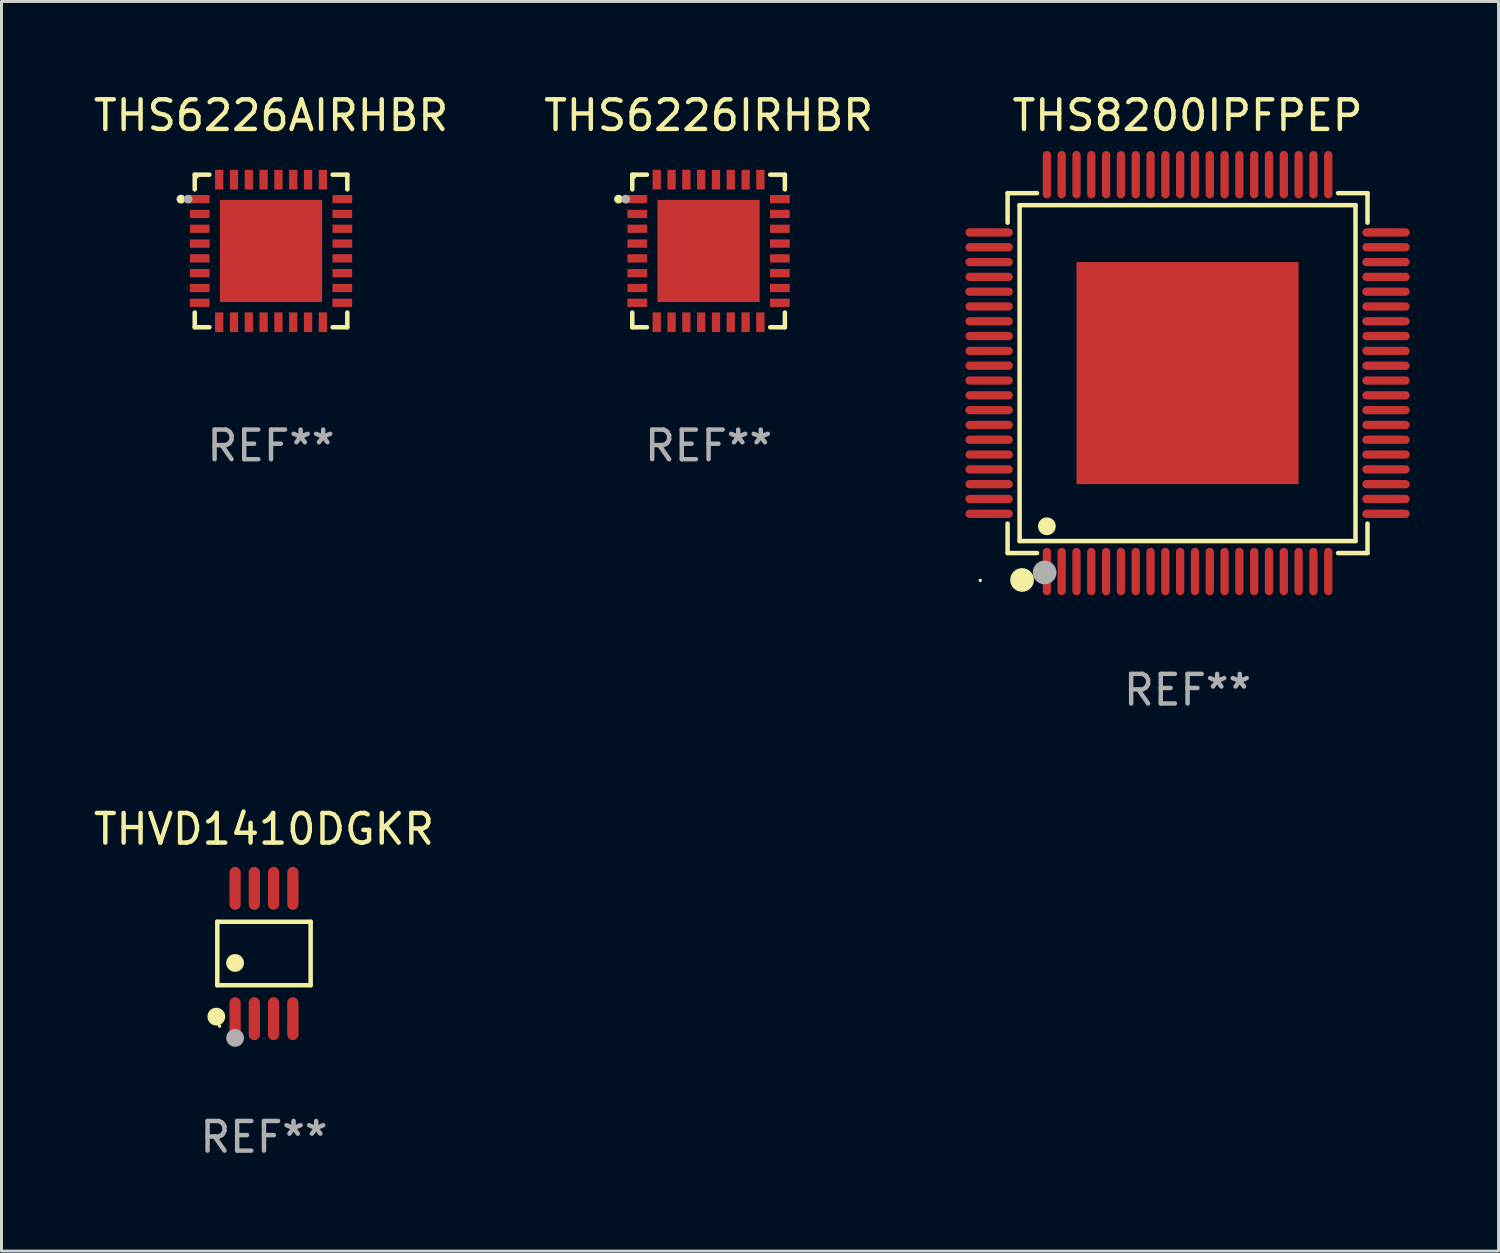
<source format=kicad_pcb>
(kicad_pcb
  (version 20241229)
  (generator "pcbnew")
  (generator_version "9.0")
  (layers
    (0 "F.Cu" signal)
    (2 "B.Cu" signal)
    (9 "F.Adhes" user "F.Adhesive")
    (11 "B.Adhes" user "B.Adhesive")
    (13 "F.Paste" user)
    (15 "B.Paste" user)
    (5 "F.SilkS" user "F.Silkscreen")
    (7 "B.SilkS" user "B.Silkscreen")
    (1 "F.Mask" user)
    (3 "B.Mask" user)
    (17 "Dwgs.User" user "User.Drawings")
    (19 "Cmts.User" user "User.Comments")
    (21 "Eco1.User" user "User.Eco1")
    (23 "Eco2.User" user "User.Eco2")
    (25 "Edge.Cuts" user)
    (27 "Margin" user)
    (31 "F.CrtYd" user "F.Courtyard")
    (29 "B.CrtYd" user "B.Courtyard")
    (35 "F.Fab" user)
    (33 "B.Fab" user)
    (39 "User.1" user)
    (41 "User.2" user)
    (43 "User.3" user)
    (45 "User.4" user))
  (footprint "THS6226IRHBR"
    (layer "F.Cu")
    (at 20.875 5.424)
    (property "Reference" "THS6226IRHBR" (at 0 -4.576 0) (layer "F.SilkS") (effects (font (size 1 1) (thickness 0.15))))
    (attr through_hole)
    (fp_line (start -2.576 -2.576) (end -2.576 -2.08) (stroke (width 0.152) (type solid)) (layer "F.SilkS"))
    (fp_line (start -2.576 2.576) (end -2.576 2.08) (stroke (width 0.152) (type solid)) (layer "F.SilkS"))
    (fp_line (start -2.08 -2.576) (end -2.576 -2.576) (stroke (width 0.152) (type solid)) (layer "F.SilkS"))
    (fp_line (start -2.08 2.576) (end -2.576 2.576) (stroke (width 0.152) (type solid)) (layer "F.SilkS"))
    (fp_line (start 2.08 -2.576) (end 2.576 -2.576) (stroke (width 0.152) (type solid)) (layer "F.SilkS"))
    (fp_line (start 2.08 2.576) (end 2.576 2.576) (stroke (width 0.152) (type solid)) (layer "F.SilkS"))
    (fp_line (start 2.576 -2.576) (end 2.576 -2.08) (stroke (width 0.152) (type solid)) (layer "F.SilkS"))
    (fp_line (start 2.576 2.576) (end 2.576 2.08) (stroke (width 0.152) (type solid)) (layer "F.SilkS"))
    (fp_circle (center -3.04 -1.75) (end -2.965 -1.75) (stroke (width 0.15) (type solid)) (fill no) (layer "F.SilkS"))
    (fp_circle (center -2.5 -2.5) (end -2.47 -2.5) (stroke (width 0.06) (type solid)) (fill no) (layer "F.SilkS"))
    (fp_circle (center -2.8 -1.75) (end -2.725 -1.75) (stroke (width 0.15) (type solid)) (fill no) (layer "F.Fab"))
    (fp_text user "REF**" (at 0 6.576 0) (layer "F.Fab") (effects (font (size 1 1) (thickness 0.15))))
    (pad "1" smd rect (at -2.407 -1.75) (size 0.665 0.28) (layers "F.Cu" "F.Mask" "F.Paste"))
    (pad "2" smd rect (at -2.407 -1.25) (size 0.665 0.28) (layers "F.Cu" "F.Mask" "F.Paste"))
    (pad "3" smd rect (at -2.407 -0.75) (size 0.665 0.28) (layers "F.Cu" "F.Mask" "F.Paste"))
    (pad "4" smd rect (at -2.407 -0.25) (size 0.665 0.28) (layers "F.Cu" "F.Mask" "F.Paste"))
    (pad "5" smd rect (at -2.407 0.25) (size 0.665 0.28) (layers "F.Cu" "F.Mask" "F.Paste"))
    (pad "6" smd rect (at -2.407 0.75) (size 0.665 0.28) (layers "F.Cu" "F.Mask" "F.Paste"))
    (pad "7" smd rect (at -2.407 1.25) (size 0.665 0.28) (layers "F.Cu" "F.Mask" "F.Paste"))
    (pad "8" smd rect (at -2.407 1.75) (size 0.665 0.28) (layers "F.Cu" "F.Mask" "F.Paste"))
    (pad "9" smd rect (at -1.75 2.407) (size 0.28 0.665) (layers "F.Cu" "F.Mask" "F.Paste"))
    (pad "10" smd rect (at -1.25 2.407) (size 0.28 0.665) (layers "F.Cu" "F.Mask" "F.Paste"))
    (pad "11" smd rect (at -0.75 2.407) (size 0.28 0.665) (layers "F.Cu" "F.Mask" "F.Paste"))
    (pad "12" smd rect (at -0.25 2.407) (size 0.28 0.665) (layers "F.Cu" "F.Mask" "F.Paste"))
    (pad "13" smd rect (at 0.25 2.407) (size 0.28 0.665) (layers "F.Cu" "F.Mask" "F.Paste"))
    (pad "14" smd rect (at 0.75 2.407) (size 0.28 0.665) (layers "F.Cu" "F.Mask" "F.Paste"))
    (pad "15" smd rect (at 1.25 2.407) (size 0.28 0.665) (layers "F.Cu" "F.Mask" "F.Paste"))
    (pad "16" smd rect (at 1.75 2.407) (size 0.28 0.665) (layers "F.Cu" "F.Mask" "F.Paste"))
    (pad "17" smd rect (at 2.407 1.75) (size 0.665 0.28) (layers "F.Cu" "F.Mask" "F.Paste"))
    (pad "18" smd rect (at 2.407 1.25) (size 0.665 0.28) (layers "F.Cu" "F.Mask" "F.Paste"))
    (pad "19" smd rect (at 2.407 0.75) (size 0.665 0.28) (layers "F.Cu" "F.Mask" "F.Paste"))
    (pad "20" smd rect (at 2.407 0.25) (size 0.665 0.28) (layers "F.Cu" "F.Mask" "F.Paste"))
    (pad "21" smd rect (at 2.407 -0.25) (size 0.665 0.28) (layers "F.Cu" "F.Mask" "F.Paste"))
    (pad "22" smd rect (at 2.407 -0.75) (size 0.665 0.28) (layers "F.Cu" "F.Mask" "F.Paste"))
    (pad "23" smd rect (at 2.407 -1.25) (size 0.665 0.28) (layers "F.Cu" "F.Mask" "F.Paste"))
    (pad "24" smd rect (at 2.407 -1.75) (size 0.665 0.28) (layers "F.Cu" "F.Mask" "F.Paste"))
    (pad "25" smd rect (at 1.75 -2.407) (size 0.28 0.665) (layers "F.Cu" "F.Mask" "F.Paste"))
    (pad "26" smd rect (at 1.25 -2.407) (size 0.28 0.665) (layers "F.Cu" "F.Mask" "F.Paste"))
    (pad "27" smd rect (at 0.75 -2.407) (size 0.28 0.665) (layers "F.Cu" "F.Mask" "F.Paste"))
    (pad "28" smd rect (at 0.25 -2.407) (size 0.28 0.665) (layers "F.Cu" "F.Mask" "F.Paste"))
    (pad "29" smd rect (at -0.25 -2.407) (size 0.28 0.665) (layers "F.Cu" "F.Mask" "F.Paste"))
    (pad "30" smd rect (at -0.75 -2.407) (size 0.28 0.665) (layers "F.Cu" "F.Mask" "F.Paste"))
    (pad "31" smd rect (at -1.25 -2.407) (size 0.28 0.665) (layers "F.Cu" "F.Mask" "F.Paste"))
    (pad "32" smd rect (at -1.75 -2.407) (size 0.28 0.665) (layers "F.Cu" "F.Mask" "F.Paste"))
    (pad "33" smd rect (at 0 0) (size 3.45 3.45) (layers "F.Cu" "F.Mask" "F.Paste")))
  (footprint "THS8200IPFPEP"
    (layer "F.Cu")
    (at 37.048 9.548)
    (property "Reference" "THS8200IPFPEP" (at 0 -8.7 0) (layer "F.SilkS") (effects (font (size 1 1) (thickness 0.15))))
    (attr through_hole)
    (fp_line (start -6.076 -6.076) (end -5.081 -6.076) (stroke (width 0.152) (type solid)) (layer "F.SilkS"))
    (fp_line (start -6.076 -5.08) (end -6.076 -6.076) (stroke (width 0.152) (type solid)) (layer "F.SilkS"))
    (fp_line (start -6.076 5.081) (end -6.076 6.076) (stroke (width 0.152) (type solid)) (layer "F.SilkS"))
    (fp_line (start -6.076 6.076) (end -5.081 6.076) (stroke (width 0.152) (type solid)) (layer "F.SilkS"))
    (fp_line (start -5.671 -5.671) (end 5.671 -5.671) (stroke (width 0.152) (type solid)) (layer "F.SilkS"))
    (fp_line (start -5.671 5.671) (end -5.671 -5.671) (stroke (width 0.152) (type solid)) (layer "F.SilkS"))
    (fp_line (start 5.671 -5.671) (end 5.671 5.671) (stroke (width 0.152) (type solid)) (layer "F.SilkS"))
    (fp_line (start 5.671 5.671) (end -5.671 5.671) (stroke (width 0.152) (type solid)) (layer "F.SilkS"))
    (fp_line (start 6.076 -6.076) (end 5.081 -6.076) (stroke (width 0.152) (type solid)) (layer "F.SilkS"))
    (fp_line (start 6.076 -5.08) (end 6.076 -6.076) (stroke (width 0.152) (type solid)) (layer "F.SilkS"))
    (fp_line (start 6.076 5.081) (end 6.076 6.076) (stroke (width 0.152) (type solid)) (layer "F.SilkS"))
    (fp_line (start 6.076 6.076) (end 5.081 6.076) (stroke (width 0.152) (type solid)) (layer "F.SilkS"))
    (fp_circle (center -7 7) (end -6.97 7) (stroke (width 0.06) (type solid)) (fill no) (layer "F.SilkS"))
    (fp_circle (center -5.588 6.985) (end -5.388 6.985) (stroke (width 0.4) (type solid)) (fill no) (layer "F.SilkS"))
    (fp_circle (center -4.75 5.171) (end -4.6 5.171) (stroke (width 0.3) (type solid)) (fill no) (layer "F.SilkS"))
    (fp_circle (center -4.826 6.731) (end -4.626 6.731) (stroke (width 0.4) (type solid)) (fill no) (layer "F.Fab"))
    (fp_text user "REF**" (at 0 10.7 0) (layer "F.Fab") (effects (font (size 1 1) (thickness 0.15))))
    (pad "1" smd oval (at -4.75 6.7) (size 0.28 1.6) (layers "F.Cu" "F.Mask" "F.Paste"))
    (pad "2" smd oval (at -4.25 6.7) (size 0.28 1.6) (layers "F.Cu" "F.Mask" "F.Paste"))
    (pad "3" smd oval (at -3.75 6.7) (size 0.28 1.6) (layers "F.Cu" "F.Mask" "F.Paste"))
    (pad "4" smd oval (at -3.25 6.7) (size 0.28 1.6) (layers "F.Cu" "F.Mask" "F.Paste"))
    (pad "5" smd oval (at -2.75 6.7) (size 0.28 1.6) (layers "F.Cu" "F.Mask" "F.Paste"))
    (pad "6" smd oval (at -2.25 6.7) (size 0.28 1.6) (layers "F.Cu" "F.Mask" "F.Paste"))
    (pad "7" smd oval (at -1.75 6.7) (size 0.28 1.6) (layers "F.Cu" "F.Mask" "F.Paste"))
    (pad "8" smd oval (at -1.25 6.7) (size 0.28 1.6) (layers "F.Cu" "F.Mask" "F.Paste"))
    (pad "9" smd oval (at -0.75 6.7) (size 0.28 1.6) (layers "F.Cu" "F.Mask" "F.Paste"))
    (pad "10" smd oval (at -0.25 6.7) (size 0.28 1.6) (layers "F.Cu" "F.Mask" "F.Paste"))
    (pad "11" smd oval (at 0.25 6.7) (size 0.28 1.6) (layers "F.Cu" "F.Mask" "F.Paste"))
    (pad "12" smd oval (at 0.75 6.7) (size 0.28 1.6) (layers "F.Cu" "F.Mask" "F.Paste"))
    (pad "13" smd oval (at 1.25 6.7) (size 0.28 1.6) (layers "F.Cu" "F.Mask" "F.Paste"))
    (pad "14" smd oval (at 1.75 6.7) (size 0.28 1.6) (layers "F.Cu" "F.Mask" "F.Paste"))
    (pad "15" smd oval (at 2.25 6.7) (size 0.28 1.6) (layers "F.Cu" "F.Mask" "F.Paste"))
    (pad "16" smd oval (at 2.75 6.7) (size 0.28 1.6) (layers "F.Cu" "F.Mask" "F.Paste"))
    (pad "17" smd oval (at 3.25 6.7) (size 0.28 1.6) (layers "F.Cu" "F.Mask" "F.Paste"))
    (pad "18" smd oval (at 3.75 6.7) (size 0.28 1.6) (layers "F.Cu" "F.Mask" "F.Paste"))
    (pad "19" smd oval (at 4.25 6.7) (size 0.28 1.6) (layers "F.Cu" "F.Mask" "F.Paste"))
    (pad "20" smd oval (at 4.75 6.7) (size 0.28 1.6) (layers "F.Cu" "F.Mask" "F.Paste"))
    (pad "21" smd oval (at 6.7 4.75) (size 1.6 0.28) (layers "F.Cu" "F.Mask" "F.Paste"))
    (pad "22" smd oval (at 6.7 4.25) (size 1.6 0.28) (layers "F.Cu" "F.Mask" "F.Paste"))
    (pad "23" smd oval (at 6.7 3.75) (size 1.6 0.28) (layers "F.Cu" "F.Mask" "F.Paste"))
    (pad "24" smd oval (at 6.7 3.25) (size 1.6 0.28) (layers "F.Cu" "F.Mask" "F.Paste"))
    (pad "25" smd oval (at 6.7 2.75) (size 1.6 0.28) (layers "F.Cu" "F.Mask" "F.Paste"))
    (pad "26" smd oval (at 6.7 2.25) (size 1.6 0.28) (layers "F.Cu" "F.Mask" "F.Paste"))
    (pad "27" smd oval (at 6.7 1.75) (size 1.6 0.28) (layers "F.Cu" "F.Mask" "F.Paste"))
    (pad "28" smd oval (at 6.7 1.25) (size 1.6 0.28) (layers "F.Cu" "F.Mask" "F.Paste"))
    (pad "29" smd oval (at 6.7 0.75) (size 1.6 0.28) (layers "F.Cu" "F.Mask" "F.Paste"))
    (pad "30" smd oval (at 6.7 0.25) (size 1.6 0.28) (layers "F.Cu" "F.Mask" "F.Paste"))
    (pad "31" smd oval (at 6.7 -0.25) (size 1.6 0.28) (layers "F.Cu" "F.Mask" "F.Paste"))
    (pad "32" smd oval (at 6.7 -0.75) (size 1.6 0.28) (layers "F.Cu" "F.Mask" "F.Paste"))
    (pad "33" smd oval (at 6.7 -1.25) (size 1.6 0.28) (layers "F.Cu" "F.Mask" "F.Paste"))
    (pad "34" smd oval (at 6.7 -1.75) (size 1.6 0.28) (layers "F.Cu" "F.Mask" "F.Paste"))
    (pad "35" smd oval (at 6.7 -2.25) (size 1.6 0.28) (layers "F.Cu" "F.Mask" "F.Paste"))
    (pad "36" smd oval (at 6.7 -2.75) (size 1.6 0.28) (layers "F.Cu" "F.Mask" "F.Paste"))
    (pad "37" smd oval (at 6.7 -3.25) (size 1.6 0.28) (layers "F.Cu" "F.Mask" "F.Paste"))
    (pad "38" smd oval (at 6.7 -3.75) (size 1.6 0.28) (layers "F.Cu" "F.Mask" "F.Paste"))
    (pad "39" smd oval (at 6.7 -4.25) (size 1.6 0.28) (layers "F.Cu" "F.Mask" "F.Paste"))
    (pad "40" smd oval (at 6.7 -4.75) (size 1.6 0.28) (layers "F.Cu" "F.Mask" "F.Paste"))
    (pad "41" smd oval (at 4.75 -6.7) (size 0.28 1.6) (layers "F.Cu" "F.Mask" "F.Paste"))
    (pad "42" smd oval (at 4.25 -6.7) (size 0.28 1.6) (layers "F.Cu" "F.Mask" "F.Paste"))
    (pad "43" smd oval (at 3.75 -6.7) (size 0.28 1.6) (layers "F.Cu" "F.Mask" "F.Paste"))
    (pad "44" smd oval (at 3.25 -6.7) (size 0.28 1.6) (layers "F.Cu" "F.Mask" "F.Paste"))
    (pad "45" smd oval (at 2.75 -6.7) (size 0.28 1.6) (layers "F.Cu" "F.Mask" "F.Paste"))
    (pad "46" smd oval (at 2.25 -6.7) (size 0.28 1.6) (layers "F.Cu" "F.Mask" "F.Paste"))
    (pad "47" smd oval (at 1.75 -6.7) (size 0.28 1.6) (layers "F.Cu" "F.Mask" "F.Paste"))
    (pad "48" smd oval (at 1.25 -6.7) (size 0.28 1.6) (layers "F.Cu" "F.Mask" "F.Paste"))
    (pad "49" smd oval (at 0.75 -6.7) (size 0.28 1.6) (layers "F.Cu" "F.Mask" "F.Paste"))
    (pad "50" smd oval (at 0.25 -6.7) (size 0.28 1.6) (layers "F.Cu" "F.Mask" "F.Paste"))
    (pad "51" smd oval (at -0.25 -6.7) (size 0.28 1.6) (layers "F.Cu" "F.Mask" "F.Paste"))
    (pad "52" smd oval (at -0.75 -6.7) (size 0.28 1.6) (layers "F.Cu" "F.Mask" "F.Paste"))
    (pad "53" smd oval (at -1.25 -6.7) (size 0.28 1.6) (layers "F.Cu" "F.Mask" "F.Paste"))
    (pad "54" smd oval (at -1.75 -6.7) (size 0.28 1.6) (layers "F.Cu" "F.Mask" "F.Paste"))
    (pad "55" smd oval (at -2.25 -6.7) (size 0.28 1.6) (layers "F.Cu" "F.Mask" "F.Paste"))
    (pad "56" smd oval (at -2.75 -6.7) (size 0.28 1.6) (layers "F.Cu" "F.Mask" "F.Paste"))
    (pad "57" smd oval (at -3.25 -6.7) (size 0.28 1.6) (layers "F.Cu" "F.Mask" "F.Paste"))
    (pad "58" smd oval (at -3.75 -6.7) (size 0.28 1.6) (layers "F.Cu" "F.Mask" "F.Paste"))
    (pad "59" smd oval (at -4.25 -6.7) (size 0.28 1.6) (layers "F.Cu" "F.Mask" "F.Paste"))
    (pad "60" smd oval (at -4.75 -6.7) (size 0.28 1.6) (layers "F.Cu" "F.Mask" "F.Paste"))
    (pad "61" smd oval (at -6.7 -4.75) (size 1.6 0.28) (layers "F.Cu" "F.Mask" "F.Paste"))
    (pad "62" smd oval (at -6.7 -4.25) (size 1.6 0.28) (layers "F.Cu" "F.Mask" "F.Paste"))
    (pad "63" smd oval (at -6.7 -3.75) (size 1.6 0.28) (layers "F.Cu" "F.Mask" "F.Paste"))
    (pad "64" smd oval (at -6.7 -3.25) (size 1.6 0.28) (layers "F.Cu" "F.Mask" "F.Paste"))
    (pad "65" smd oval (at -6.7 -2.75) (size 1.6 0.28) (layers "F.Cu" "F.Mask" "F.Paste"))
    (pad "66" smd oval (at -6.7 -2.25) (size 1.6 0.28) (layers "F.Cu" "F.Mask" "F.Paste"))
    (pad "67" smd oval (at -6.7 -1.75) (size 1.6 0.28) (layers "F.Cu" "F.Mask" "F.Paste"))
    (pad "68" smd oval (at -6.7 -1.25) (size 1.6 0.28) (layers "F.Cu" "F.Mask" "F.Paste"))
    (pad "69" smd oval (at -6.7 -0.75) (size 1.6 0.28) (layers "F.Cu" "F.Mask" "F.Paste"))
    (pad "70" smd oval (at -6.7 -0.25) (size 1.6 0.28) (layers "F.Cu" "F.Mask" "F.Paste"))
    (pad "71" smd oval (at -6.7 0.25) (size 1.6 0.28) (layers "F.Cu" "F.Mask" "F.Paste"))
    (pad "72" smd oval (at -6.7 0.75) (size 1.6 0.28) (layers "F.Cu" "F.Mask" "F.Paste"))
    (pad "73" smd oval (at -6.7 1.25) (size 1.6 0.28) (layers "F.Cu" "F.Mask" "F.Paste"))
    (pad "74" smd oval (at -6.7 1.75) (size 1.6 0.28) (layers "F.Cu" "F.Mask" "F.Paste"))
    (pad "75" smd oval (at -6.7 2.25) (size 1.6 0.28) (layers "F.Cu" "F.Mask" "F.Paste"))
    (pad "76" smd oval (at -6.7 2.75) (size 1.6 0.28) (layers "F.Cu" "F.Mask" "F.Paste"))
    (pad "77" smd oval (at -6.7 3.25) (size 1.6 0.28) (layers "F.Cu" "F.Mask" "F.Paste"))
    (pad "78" smd oval (at -6.7 3.75) (size 1.6 0.28) (layers "F.Cu" "F.Mask" "F.Paste"))
    (pad "79" smd oval (at -6.7 4.25) (size 1.6 0.28) (layers "F.Cu" "F.Mask" "F.Paste"))
    (pad "80" smd oval (at -6.7 4.75) (size 1.6 0.28) (layers "F.Cu" "F.Mask" "F.Paste"))
    (pad "81" smd rect (at 0 0) (size 7.5 7.5) (layers "F.Cu" "F.Mask" "F.Paste")))
  (footprint "THS6226AIRHBR"
    (layer "F.Cu")
    (at 6.101 5.424)
    (property "Reference" "THS6226AIRHBR" (at 0 -4.576 0) (layer "F.SilkS") (effects (font (size 1 1) (thickness 0.15))))
    (attr through_hole)
    (fp_line (start -2.576 -2.576) (end -2.576 -2.08) (stroke (width 0.152) (type solid)) (layer "F.SilkS"))
    (fp_line (start -2.576 2.576) (end -2.576 2.08) (stroke (width 0.152) (type solid)) (layer "F.SilkS"))
    (fp_line (start -2.08 -2.576) (end -2.576 -2.576) (stroke (width 0.152) (type solid)) (layer "F.SilkS"))
    (fp_line (start -2.08 2.576) (end -2.576 2.576) (stroke (width 0.152) (type solid)) (layer "F.SilkS"))
    (fp_line (start 2.08 -2.576) (end 2.576 -2.576) (stroke (width 0.152) (type solid)) (layer "F.SilkS"))
    (fp_line (start 2.08 2.576) (end 2.576 2.576) (stroke (width 0.152) (type solid)) (layer "F.SilkS"))
    (fp_line (start 2.576 -2.576) (end 2.576 -2.08) (stroke (width 0.152) (type solid)) (layer "F.SilkS"))
    (fp_line (start 2.576 2.576) (end 2.576 2.08) (stroke (width 0.152) (type solid)) (layer "F.SilkS"))
    (fp_circle (center -3.04 -1.75) (end -2.965 -1.75) (stroke (width 0.15) (type solid)) (fill no) (layer "F.SilkS"))
    (fp_circle (center -2.5 -2.5) (end -2.47 -2.5) (stroke (width 0.06) (type solid)) (fill no) (layer "F.SilkS"))
    (fp_circle (center -2.8 -1.75) (end -2.725 -1.75) (stroke (width 0.15) (type solid)) (fill no) (layer "F.Fab"))
    (fp_text user "REF**" (at 0 6.576 0) (layer "F.Fab") (effects (font (size 1 1) (thickness 0.15))))
    (pad "1" smd rect (at -2.407 -1.75) (size 0.665 0.28) (layers "F.Cu" "F.Mask" "F.Paste"))
    (pad "2" smd rect (at -2.407 -1.25) (size 0.665 0.28) (layers "F.Cu" "F.Mask" "F.Paste"))
    (pad "3" smd rect (at -2.407 -0.75) (size 0.665 0.28) (layers "F.Cu" "F.Mask" "F.Paste"))
    (pad "4" smd rect (at -2.407 -0.25) (size 0.665 0.28) (layers "F.Cu" "F.Mask" "F.Paste"))
    (pad "5" smd rect (at -2.407 0.25) (size 0.665 0.28) (layers "F.Cu" "F.Mask" "F.Paste"))
    (pad "6" smd rect (at -2.407 0.75) (size 0.665 0.28) (layers "F.Cu" "F.Mask" "F.Paste"))
    (pad "7" smd rect (at -2.407 1.25) (size 0.665 0.28) (layers "F.Cu" "F.Mask" "F.Paste"))
    (pad "8" smd rect (at -2.407 1.75) (size 0.665 0.28) (layers "F.Cu" "F.Mask" "F.Paste"))
    (pad "9" smd rect (at -1.75 2.407) (size 0.28 0.665) (layers "F.Cu" "F.Mask" "F.Paste"))
    (pad "10" smd rect (at -1.25 2.407) (size 0.28 0.665) (layers "F.Cu" "F.Mask" "F.Paste"))
    (pad "11" smd rect (at -0.75 2.407) (size 0.28 0.665) (layers "F.Cu" "F.Mask" "F.Paste"))
    (pad "12" smd rect (at -0.25 2.407) (size 0.28 0.665) (layers "F.Cu" "F.Mask" "F.Paste"))
    (pad "13" smd rect (at 0.25 2.407) (size 0.28 0.665) (layers "F.Cu" "F.Mask" "F.Paste"))
    (pad "14" smd rect (at 0.75 2.407) (size 0.28 0.665) (layers "F.Cu" "F.Mask" "F.Paste"))
    (pad "15" smd rect (at 1.25 2.407) (size 0.28 0.665) (layers "F.Cu" "F.Mask" "F.Paste"))
    (pad "16" smd rect (at 1.75 2.407) (size 0.28 0.665) (layers "F.Cu" "F.Mask" "F.Paste"))
    (pad "17" smd rect (at 2.407 1.75) (size 0.665 0.28) (layers "F.Cu" "F.Mask" "F.Paste"))
    (pad "18" smd rect (at 2.407 1.25) (size 0.665 0.28) (layers "F.Cu" "F.Mask" "F.Paste"))
    (pad "19" smd rect (at 2.407 0.75) (size 0.665 0.28) (layers "F.Cu" "F.Mask" "F.Paste"))
    (pad "20" smd rect (at 2.407 0.25) (size 0.665 0.28) (layers "F.Cu" "F.Mask" "F.Paste"))
    (pad "21" smd rect (at 2.407 -0.25) (size 0.665 0.28) (layers "F.Cu" "F.Mask" "F.Paste"))
    (pad "22" smd rect (at 2.407 -0.75) (size 0.665 0.28) (layers "F.Cu" "F.Mask" "F.Paste"))
    (pad "23" smd rect (at 2.407 -1.25) (size 0.665 0.28) (layers "F.Cu" "F.Mask" "F.Paste"))
    (pad "24" smd rect (at 2.407 -1.75) (size 0.665 0.28) (layers "F.Cu" "F.Mask" "F.Paste"))
    (pad "25" smd rect (at 1.75 -2.407) (size 0.28 0.665) (layers "F.Cu" "F.Mask" "F.Paste"))
    (pad "26" smd rect (at 1.25 -2.407) (size 0.28 0.665) (layers "F.Cu" "F.Mask" "F.Paste"))
    (pad "27" smd rect (at 0.75 -2.407) (size 0.28 0.665) (layers "F.Cu" "F.Mask" "F.Paste"))
    (pad "28" smd rect (at 0.25 -2.407) (size 0.28 0.665) (layers "F.Cu" "F.Mask" "F.Paste"))
    (pad "29" smd rect (at -0.25 -2.407) (size 0.28 0.665) (layers "F.Cu" "F.Mask" "F.Paste"))
    (pad "30" smd rect (at -0.75 -2.407) (size 0.28 0.665) (layers "F.Cu" "F.Mask" "F.Paste"))
    (pad "31" smd rect (at -1.25 -2.407) (size 0.28 0.665) (layers "F.Cu" "F.Mask" "F.Paste"))
    (pad "32" smd rect (at -1.75 -2.407) (size 0.28 0.665) (layers "F.Cu" "F.Mask" "F.Paste"))
    (pad "33" smd rect (at 0 0) (size 3.45 3.45) (layers "F.Cu" "F.Mask" "F.Paste")))
  (footprint "THVD1410DGKR"
    (layer "F.Cu")
    (at 5.863 29.145)
    (property "Reference" "THVD1410DGKR" (at 0 -4.2 0) (layer "F.SilkS") (effects (font (size 1 1) (thickness 0.15))))
    (attr through_hole)
    (fp_line (start -1.576 -1.071) (end 1.576 -1.071) (stroke (width 0.152) (type solid)) (layer "F.SilkS"))
    (fp_line (start -1.576 1.071) (end -1.576 -1.071) (stroke (width 0.152) (type solid)) (layer "F.SilkS"))
    (fp_line (start 1.576 -1.071) (end 1.576 1.071) (stroke (width 0.152) (type solid)) (layer "F.SilkS"))
    (fp_line (start 1.576 1.071) (end -1.576 1.071) (stroke (width 0.152) (type solid)) (layer "F.SilkS"))
    (fp_circle (center -1.609 2.131) (end -1.459 2.131) (stroke (width 0.3) (type solid)) (fill no) (layer "F.SilkS"))
    (fp_circle (center -1.5 2.45) (end -1.47 2.45) (stroke (width 0.06) (type solid)) (fill no) (layer "F.SilkS"))
    (fp_circle (center -0.975 0.319) (end -0.825 0.319) (stroke (width 0.3) (type solid)) (fill no) (layer "F.SilkS"))
    (fp_circle (center -0.975 2.85) (end -0.825 2.85) (stroke (width 0.3) (type solid)) (fill no) (layer "F.Fab"))
    (fp_text user "REF**" (at 0 6.2 0) (layer "F.Fab") (effects (font (size 1 1) (thickness 0.15))))
    (pad "1" smd oval (at -0.975 2.2) (size 0.38 1.45) (layers "F.Cu" "F.Mask" "F.Paste"))
    (pad "2" smd oval (at -0.325 2.2) (size 0.38 1.45) (layers "F.Cu" "F.Mask" "F.Paste"))
    (pad "3" smd oval (at 0.325 2.2) (size 0.38 1.45) (layers "F.Cu" "F.Mask" "F.Paste"))
    (pad "4" smd oval (at 0.975 2.2) (size 0.38 1.45) (layers "F.Cu" "F.Mask" "F.Paste"))
    (pad "5" smd oval (at 0.975 -2.2) (size 0.38 1.45) (layers "F.Cu" "F.Mask" "F.Paste"))
    (pad "6" smd oval (at 0.325 -2.2) (size 0.38 1.45) (layers "F.Cu" "F.Mask" "F.Paste"))
    (pad "7" smd oval (at -0.325 -2.2) (size 0.38 1.45) (layers "F.Cu" "F.Mask" "F.Paste"))
    (pad "8" smd oval (at -0.975 -2.2) (size 0.38 1.45) (layers "F.Cu" "F.Mask" "F.Paste")))
  (gr_rect
    (start -3 -3)
    (end 47.548 39.193)
    (stroke (width 0.1) (type default))
    (fill no)
    (layer "Edge.Cuts")))
</source>
